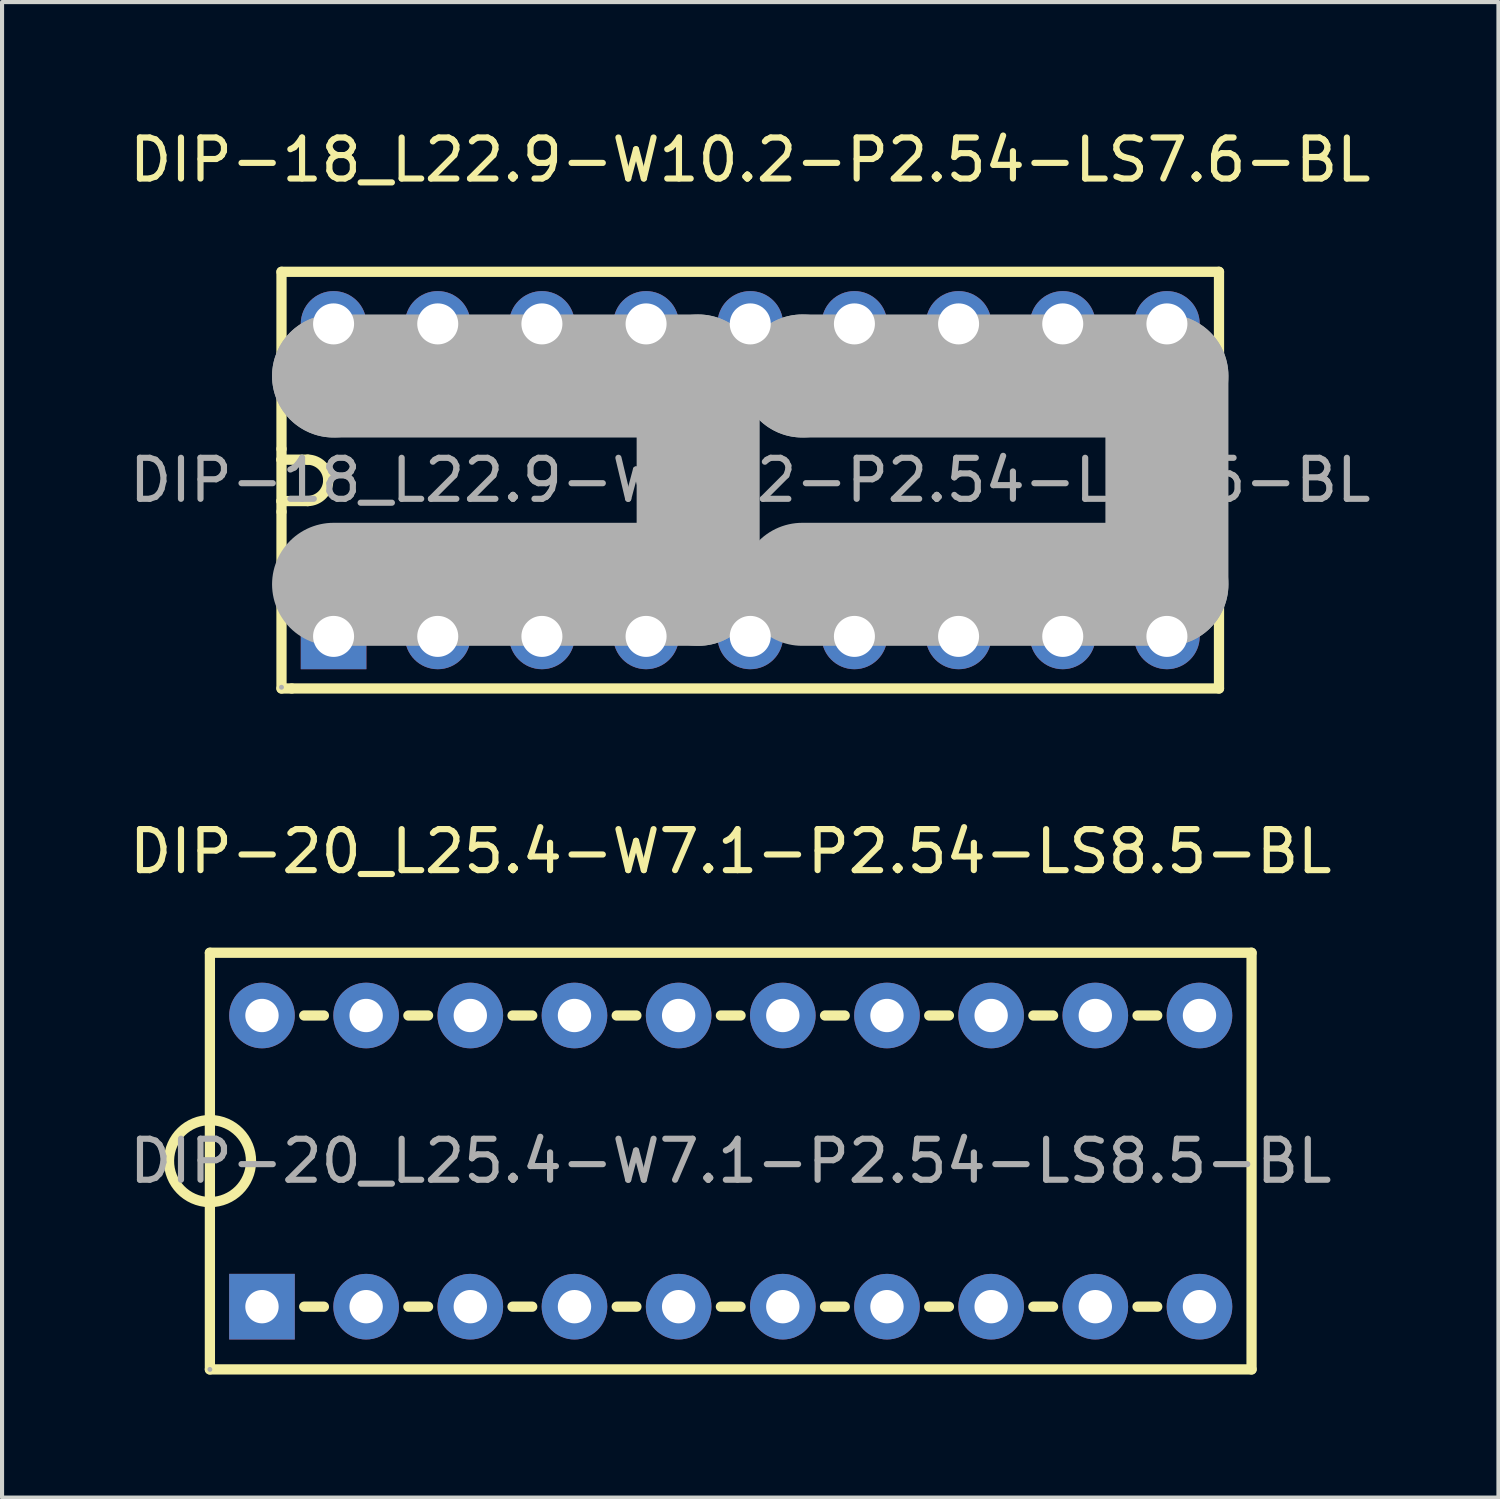
<source format=kicad_pcb>
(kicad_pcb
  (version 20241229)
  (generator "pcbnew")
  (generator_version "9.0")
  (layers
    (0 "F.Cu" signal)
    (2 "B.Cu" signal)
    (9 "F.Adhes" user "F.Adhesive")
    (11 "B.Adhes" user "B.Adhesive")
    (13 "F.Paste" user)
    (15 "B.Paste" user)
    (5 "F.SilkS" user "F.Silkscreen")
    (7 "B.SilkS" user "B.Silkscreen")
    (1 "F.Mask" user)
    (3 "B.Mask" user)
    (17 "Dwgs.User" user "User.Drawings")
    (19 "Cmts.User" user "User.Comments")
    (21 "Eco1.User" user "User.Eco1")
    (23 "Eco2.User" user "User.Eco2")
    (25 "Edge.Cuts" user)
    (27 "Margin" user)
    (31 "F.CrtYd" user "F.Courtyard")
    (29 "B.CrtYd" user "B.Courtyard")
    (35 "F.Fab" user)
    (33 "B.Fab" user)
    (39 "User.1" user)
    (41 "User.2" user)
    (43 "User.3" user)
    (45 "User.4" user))
  (footprint "DIP-18_L22.9-W10.2-P2.54-LS7.6-BL"
    (layer "F.Cu")
    (at 15.244 8.658)
    (property "Reference" "DIP-18_L22.9-W10.2-P2.54-LS7.6-BL" (at 0 -7.81 0) (layer "F.SilkS") (effects (font (size 1 1) (thickness 0.15))))
    (attr through_hole)
    (fp_line (start -11.43 -5.08) (end 11.43 -5.08) (stroke (width 0.25) (type solid)) (layer "F.SilkS"))
    (fp_line (start -11.43 -0.76) (end -11.43 -5.08) (stroke (width 0.25) (type solid)) (layer "F.SilkS"))
    (fp_line (start -11.43 -0.76) (end -11.43 -0.5) (stroke (width 0.25) (type solid)) (layer "F.SilkS"))
    (fp_line (start -11.43 -0.5) (end -11.43 0.51) (stroke (width 0.25) (type solid)) (layer "F.SilkS"))
    (fp_line (start -11.43 -0.5) (end -10.79 -0.5) (stroke (width 0.25) (type solid)) (layer "F.SilkS"))
    (fp_line (start -11.43 0.51) (end -11.43 0.77) (stroke (width 0.25) (type solid)) (layer "F.SilkS"))
    (fp_line (start -11.43 0.77) (end -11.43 5.08) (stroke (width 0.25) (type solid)) (layer "F.SilkS"))
    (fp_line (start -11.43 5.08) (end -11.18 5.08) (stroke (width 0.25) (type solid)) (layer "F.SilkS"))
    (fp_line (start -10.79 0.51) (end -11.43 0.51) (stroke (width 0.25) (type solid)) (layer "F.SilkS"))
    (fp_line (start 11.43 -5.08) (end 11.43 5.08) (stroke (width 0.25) (type solid)) (layer "F.SilkS"))
    (fp_line (start 11.43 5.08) (end -11.18 5.08) (stroke (width 0.25) (type solid)) (layer "F.SilkS"))
    (fp_arc (start -10.790148 -0.500003) (mid -10.439358 -0.350746) (end -10.29 0) (stroke (width 0.25) (type solid)) (layer "F.SilkS"))
    (fp_arc (start -10.289902 -0.000118) (mid -10.435747 0.357099) (end -10.79 0.51) (stroke (width 0.25) (type solid)) (layer "F.SilkS"))
    (fp_line (start -10.16 -2.54) (end -10.16 -2.54) (stroke (width 3) (type solid)) (layer "F.Fab"))
    (fp_line (start -10.16 -2.54) (end -1.27 -2.54) (stroke (width 3) (type solid)) (layer "F.Fab"))
    (fp_line (start -1.27 -2.54) (end -1.27 2.54) (stroke (width 3) (type solid)) (layer "F.Fab"))
    (fp_line (start -1.27 2.54) (end -10.16 2.54) (stroke (width 3) (type solid)) (layer "F.Fab"))
    (fp_line (start 1.27 -2.54) (end 1.27 -2.54) (stroke (width 3) (type solid)) (layer "F.Fab"))
    (fp_line (start 1.27 -2.54) (end 10.16 -2.54) (stroke (width 3) (type solid)) (layer "F.Fab"))
    (fp_line (start 10.16 -2.54) (end 10.16 2.54) (stroke (width 3) (type solid)) (layer "F.Fab"))
    (fp_line (start 10.16 2.54) (end 1.27 2.54) (stroke (width 3) (type solid)) (layer "F.Fab"))
    (fp_circle (center -11.43 5.05) (end -11.4 5.05) (stroke (width 0.06) (type solid)) (fill no) (layer "F.Fab"))
    (fp_circle (center -10.16 -3.81) (end -9.96 -3.81) (stroke (width 0.4) (type solid)) (fill no) (layer "F.Fab"))
    (fp_circle (center -10.16 3.81) (end -9.96 3.81) (stroke (width 0.4) (type solid)) (fill no) (layer "F.Fab"))
    (fp_circle (center -7.62 -3.81) (end -7.42 -3.81) (stroke (width 0.4) (type solid)) (fill no) (layer "F.Fab"))
    (fp_circle (center -7.62 3.81) (end -7.42 3.81) (stroke (width 0.4) (type solid)) (fill no) (layer "F.Fab"))
    (fp_circle (center -5.08 -3.81) (end -4.88 -3.81) (stroke (width 0.4) (type solid)) (fill no) (layer "F.Fab"))
    (fp_circle (center -5.08 3.81) (end -4.88 3.81) (stroke (width 0.4) (type solid)) (fill no) (layer "F.Fab"))
    (fp_circle (center -2.54 -3.81) (end -2.34 -3.81) (stroke (width 0.4) (type solid)) (fill no) (layer "F.Fab"))
    (fp_circle (center -2.54 3.81) (end -2.34 3.81) (stroke (width 0.4) (type solid)) (fill no) (layer "F.Fab"))
    (fp_circle (center 0 -3.81) (end 0.2 -3.81) (stroke (width 0.4) (type solid)) (fill no) (layer "F.Fab"))
    (fp_circle (center 0 3.81) (end 0.2 3.81) (stroke (width 0.4) (type solid)) (fill no) (layer "F.Fab"))
    (fp_circle (center 2.54 -3.81) (end 2.74 -3.81) (stroke (width 0.4) (type solid)) (fill no) (layer "F.Fab"))
    (fp_circle (center 2.54 3.81) (end 2.74 3.81) (stroke (width 0.4) (type solid)) (fill no) (layer "F.Fab"))
    (fp_circle (center 5.08 -3.81) (end 5.28 -3.81) (stroke (width 0.4) (type solid)) (fill no) (layer "F.Fab"))
    (fp_circle (center 5.08 3.81) (end 5.28 3.81) (stroke (width 0.4) (type solid)) (fill no) (layer "F.Fab"))
    (fp_circle (center 7.62 -3.81) (end 7.82 -3.81) (stroke (width 0.4) (type solid)) (fill no) (layer "F.Fab"))
    (fp_circle (center 7.62 3.81) (end 7.82 3.81) (stroke (width 0.4) (type solid)) (fill no) (layer "F.Fab"))
    (fp_circle (center 10.16 -3.81) (end 10.36 -3.81) (stroke (width 0.4) (type solid)) (fill no) (layer "F.Fab"))
    (fp_circle (center 10.16 3.81) (end 10.36 3.81) (stroke (width 0.4) (type solid)) (fill no) (layer "F.Fab"))
    (fp_text user "${REFERENCE}" (at 0 0 0) (layer "F.Fab") (effects (font (size 1 1) (thickness 0.15))))
    (pad "1" thru_hole rect (at -10.16 3.81) (size 1.6 1.6) (drill 1) (layers "*.Cu" "*.Paste" "*.Mask"))
    (pad "2" thru_hole circle (at -7.62 3.81) (size 1.6 1.6) (drill 1) (layers "*.Cu" "*.Paste" "*.Mask"))
    (pad "3" thru_hole circle (at -5.08 3.81) (size 1.6 1.6) (drill 1) (layers "*.Cu" "*.Paste" "*.Mask"))
    (pad "4" thru_hole circle (at -2.54 3.81) (size 1.6 1.6) (drill 1) (layers "*.Cu" "*.Paste" "*.Mask"))
    (pad "5" thru_hole circle (at 0 3.81) (size 1.6 1.6) (drill 1) (layers "*.Cu" "*.Paste" "*.Mask"))
    (pad "6" thru_hole circle (at 2.54 3.81) (size 1.6 1.6) (drill 1) (layers "*.Cu" "*.Paste" "*.Mask"))
    (pad "7" thru_hole circle (at 5.08 3.81) (size 1.6 1.6) (drill 1) (layers "*.Cu" "*.Paste" "*.Mask"))
    (pad "8" thru_hole circle (at 7.62 3.81) (size 1.6 1.6) (drill 1) (layers "*.Cu" "*.Paste" "*.Mask"))
    (pad "9" thru_hole circle (at 10.16 3.81) (size 1.6 1.6) (drill 1) (layers "*.Cu" "*.Paste" "*.Mask"))
    (pad "10" thru_hole circle (at 10.16 -3.81) (size 1.6 1.6) (drill 1) (layers "*.Cu" "*.Paste" "*.Mask"))
    (pad "11" thru_hole circle (at 7.62 -3.81) (size 1.6 1.6) (drill 1) (layers "*.Cu" "*.Paste" "*.Mask"))
    (pad "12" thru_hole circle (at 5.08 -3.81) (size 1.6 1.6) (drill 1) (layers "*.Cu" "*.Paste" "*.Mask"))
    (pad "13" thru_hole circle (at 2.54 -3.81) (size 1.6 1.6) (drill 1) (layers "*.Cu" "*.Paste" "*.Mask"))
    (pad "14" thru_hole circle (at 0 -3.81) (size 1.6 1.6) (drill 1) (layers "*.Cu" "*.Paste" "*.Mask"))
    (pad "15" thru_hole circle (at -2.54 -3.81) (size 1.6 1.6) (drill 1) (layers "*.Cu" "*.Paste" "*.Mask"))
    (pad "16" thru_hole circle (at -5.08 -3.81) (size 1.6 1.6) (drill 1) (layers "*.Cu" "*.Paste" "*.Mask"))
    (pad "17" thru_hole circle (at -7.62 -3.81) (size 1.6 1.6) (drill 1) (layers "*.Cu" "*.Paste" "*.Mask"))
    (pad "18" thru_hole circle (at -10.16 -3.81) (size 1.6 1.6) (drill 1) (layers "*.Cu" "*.Paste" "*.Mask")))
  (footprint "DIP-20_L25.4-W7.1-P2.54-LS8.5-BL"
    (layer "F.Cu")
    (at 14.768 25.262)
    (property "Reference" "DIP-20_L25.4-W7.1-P2.54-LS8.5-BL" (at 0 -7.55 0) (layer "F.SilkS") (effects (font (size 1 1) (thickness 0.15))))
    (attr through_hole)
    (fp_line (start -12.7 -5.08) (end -12.7 5.08) (stroke (width 0.25) (type solid)) (layer "F.SilkS"))
    (fp_line (start -12.7 5.08) (end 12.7 5.08) (stroke (width 0.25) (type solid)) (layer "F.SilkS"))
    (fp_line (start -10.4 -3.55) (end -9.92 -3.55) (stroke (width 0.25) (type solid)) (layer "F.SilkS"))
    (fp_line (start -10.4 3.55) (end -9.92 3.55) (stroke (width 0.25) (type solid)) (layer "F.SilkS"))
    (fp_line (start -7.86 -3.55) (end -7.38 -3.55) (stroke (width 0.25) (type solid)) (layer "F.SilkS"))
    (fp_line (start -7.86 3.55) (end -7.38 3.55) (stroke (width 0.25) (type solid)) (layer "F.SilkS"))
    (fp_line (start -5.32 -3.55) (end -4.84 -3.55) (stroke (width 0.25) (type solid)) (layer "F.SilkS"))
    (fp_line (start -5.32 3.55) (end -4.84 3.55) (stroke (width 0.25) (type solid)) (layer "F.SilkS"))
    (fp_line (start -2.78 -3.55) (end -2.3 -3.55) (stroke (width 0.25) (type solid)) (layer "F.SilkS"))
    (fp_line (start -2.78 3.55) (end -2.3 3.55) (stroke (width 0.25) (type solid)) (layer "F.SilkS"))
    (fp_line (start -0.24 -3.55) (end 0.24 -3.55) (stroke (width 0.25) (type solid)) (layer "F.SilkS"))
    (fp_line (start -0.24 3.55) (end 0.24 3.55) (stroke (width 0.25) (type solid)) (layer "F.SilkS"))
    (fp_line (start 2.3 -3.55) (end 2.78 -3.55) (stroke (width 0.25) (type solid)) (layer "F.SilkS"))
    (fp_line (start 2.3 3.55) (end 2.78 3.55) (stroke (width 0.25) (type solid)) (layer "F.SilkS"))
    (fp_line (start 4.84 -3.55) (end 5.32 -3.55) (stroke (width 0.25) (type solid)) (layer "F.SilkS"))
    (fp_line (start 4.84 3.55) (end 5.32 3.55) (stroke (width 0.25) (type solid)) (layer "F.SilkS"))
    (fp_line (start 7.38 -3.55) (end 7.86 -3.55) (stroke (width 0.25) (type solid)) (layer "F.SilkS"))
    (fp_line (start 7.38 3.55) (end 7.86 3.55) (stroke (width 0.25) (type solid)) (layer "F.SilkS"))
    (fp_line (start 9.92 -3.55) (end 10.4 -3.55) (stroke (width 0.25) (type solid)) (layer "F.SilkS"))
    (fp_line (start 9.92 3.55) (end 10.4 3.55) (stroke (width 0.25) (type solid)) (layer "F.SilkS"))
    (fp_line (start 12.7 -5.08) (end -12.7 -5.08) (stroke (width 0.25) (type solid)) (layer "F.SilkS"))
    (fp_line (start 12.7 5.08) (end 12.7 -5.08) (stroke (width 0.25) (type solid)) (layer "F.SilkS"))
    (fp_arc (start -12.717452 0.999848) (mid -12.691274 -0.999962) (end -12.7 1) (stroke (width 0.25) (type solid)) (layer "F.SilkS"))
    (fp_circle (center -12.7 5.08) (end -12.67 5.08) (stroke (width 0.06) (type solid)) (fill no) (layer "F.Fab"))
    (fp_text user "${REFERENCE}" (at 0 0 0) (layer "F.Fab") (effects (font (size 1 1) (thickness 0.15))))
    (pad "1" thru_hole rect (at -11.43 3.55) (size 1.6 1.6) (drill 0.813) (layers "*.Cu" "*.Paste" "*.Mask"))
    (pad "2" thru_hole circle (at -8.89 3.55) (size 1.6 1.6) (drill 0.813) (layers "*.Cu" "*.Paste" "*.Mask"))
    (pad "3" thru_hole circle (at -6.35 3.55) (size 1.6 1.6) (drill 0.813) (layers "*.Cu" "*.Paste" "*.Mask"))
    (pad "4" thru_hole circle (at -3.81 3.55) (size 1.6 1.6) (drill 0.813) (layers "*.Cu" "*.Paste" "*.Mask"))
    (pad "5" thru_hole circle (at -1.27 3.55) (size 1.6 1.6) (drill 0.813) (layers "*.Cu" "*.Paste" "*.Mask"))
    (pad "6" thru_hole circle (at 1.27 3.55) (size 1.6 1.6) (drill 0.813) (layers "*.Cu" "*.Paste" "*.Mask"))
    (pad "7" thru_hole circle (at 3.81 3.55) (size 1.6 1.6) (drill 0.813) (layers "*.Cu" "*.Paste" "*.Mask"))
    (pad "8" thru_hole circle (at 6.35 3.55) (size 1.6 1.6) (drill 0.813) (layers "*.Cu" "*.Paste" "*.Mask"))
    (pad "9" thru_hole circle (at 8.89 3.55) (size 1.6 1.6) (drill 0.813) (layers "*.Cu" "*.Paste" "*.Mask"))
    (pad "10" thru_hole circle (at 11.43 3.55) (size 1.6 1.6) (drill 0.813) (layers "*.Cu" "*.Paste" "*.Mask"))
    (pad "11" thru_hole circle (at 11.43 -3.55) (size 1.6 1.6) (drill 0.813) (layers "*.Cu" "*.Paste" "*.Mask"))
    (pad "12" thru_hole circle (at 8.89 -3.55) (size 1.6 1.6) (drill 0.813) (layers "*.Cu" "*.Paste" "*.Mask"))
    (pad "13" thru_hole circle (at 6.35 -3.55) (size 1.6 1.6) (drill 0.813) (layers "*.Cu" "*.Paste" "*.Mask"))
    (pad "14" thru_hole circle (at 3.81 -3.55) (size 1.6 1.6) (drill 0.813) (layers "*.Cu" "*.Paste" "*.Mask"))
    (pad "15" thru_hole circle (at 1.27 -3.55) (size 1.6 1.6) (drill 0.813) (layers "*.Cu" "*.Paste" "*.Mask"))
    (pad "16" thru_hole circle (at -1.27 -3.55) (size 1.6 1.6) (drill 0.813) (layers "*.Cu" "*.Paste" "*.Mask"))
    (pad "17" thru_hole circle (at -3.81 -3.55) (size 1.6 1.6) (drill 0.813) (layers "*.Cu" "*.Paste" "*.Mask"))
    (pad "18" thru_hole circle (at -6.35 -3.55) (size 1.6 1.6) (drill 0.813) (layers "*.Cu" "*.Paste" "*.Mask"))
    (pad "19" thru_hole circle (at -8.89 -3.55) (size 1.6 1.6) (drill 0.813) (layers "*.Cu" "*.Paste" "*.Mask"))
    (pad "20" thru_hole circle (at -11.43 -3.55) (size 1.6 1.6) (drill 0.813) (layers "*.Cu" "*.Paste" "*.Mask")))
  (gr_rect
    (start -3 -3)
    (end 33.488 33.467)
    (stroke (width 0.1) (type default))
    (fill no)
    (layer "Edge.Cuts")))
</source>
